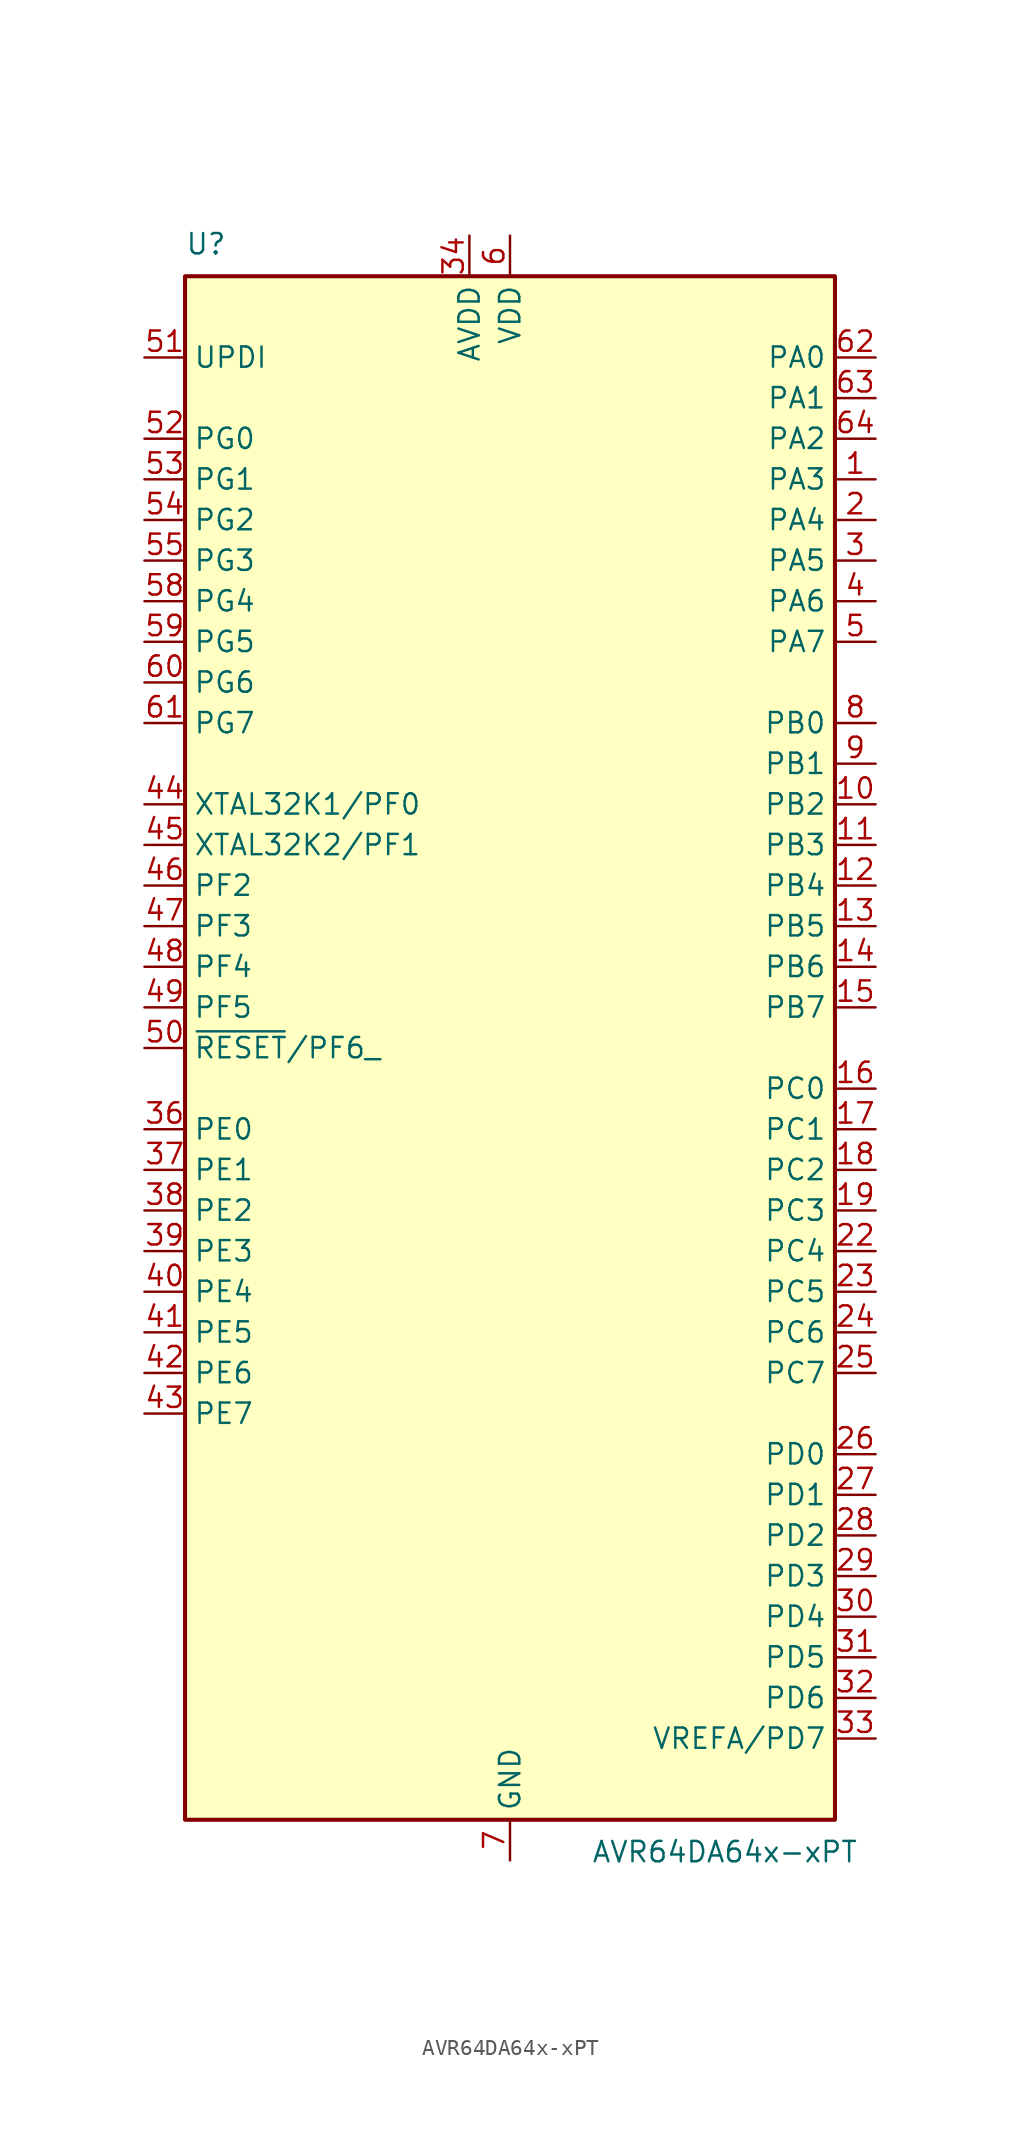
<source format=kicad_sym>
(kicad_symbol_lib
  (version 20241209)
  (generator "kicad_symbol_editor")
  (generator_version "9.0")
  (symbol "AVR64DA64x-xPT"
    (property "Reference" "U"
      (at -20.32 49.53 0)
      (effects (font (size 1.27 1.27)) (justify left bottom)))
    (property "Value" "AVR64DA64x-xPT"
      (at 5.08 -49.53 0)
      (effects (font (size 1.27 1.27)) (justify left top)))
    (symbol "AVR64DA64x-xPT_0_1"
      (rectangle (start -20.32 48.26) (end 20.32 -48.26) (stroke (width 0.254) (type default)) (fill (type background))))
    (symbol "AVR64DA64x-xPT_1_1"
      (pin input line (at -22.86 43.18 0) (length 2.54) (name "UPDI" (effects (font (size 1.27 1.27)))) (number "51" (effects (font (size 1.27 1.27)))))
      (pin bidirectional line (at -22.86 38.1 0) (length 2.54) (name "PG0" (effects (font (size 1.27 1.27)))) (number "52" (effects (font (size 1.27 1.27)))))
      (pin bidirectional line (at -22.86 35.56 0) (length 2.54) (name "PG1" (effects (font (size 1.27 1.27)))) (number "53" (effects (font (size 1.27 1.27)))))
      (pin bidirectional line (at -22.86 33.02 0) (length 2.54) (name "PG2" (effects (font (size 1.27 1.27)))) (number "54" (effects (font (size 1.27 1.27)))))
      (pin bidirectional line (at -22.86 30.48 0) (length 2.54) (name "PG3" (effects (font (size 1.27 1.27)))) (number "55" (effects (font (size 1.27 1.27)))))
      (pin bidirectional line (at -22.86 27.94 0) (length 2.54) (name "PG4" (effects (font (size 1.27 1.27)))) (number "58" (effects (font (size 1.27 1.27)))))
      (pin bidirectional line (at -22.86 25.4 0) (length 2.54) (name "PG5" (effects (font (size 1.27 1.27)))) (number "59" (effects (font (size 1.27 1.27)))))
      (pin bidirectional line (at -22.86 22.86 0) (length 2.54) (name "PG6" (effects (font (size 1.27 1.27)))) (number "60" (effects (font (size 1.27 1.27)))))
      (pin bidirectional line (at -22.86 20.32 0) (length 2.54) (name "PG7" (effects (font (size 1.27 1.27)))) (number "61" (effects (font (size 1.27 1.27)))))
      (pin bidirectional line (at -22.86 15.24 0) (length 2.54) (name "XTAL32K1/PF0" (effects (font (size 1.27 1.27)))) (number "44" (effects (font (size 1.27 1.27)))))
      (pin bidirectional line (at -22.86 12.7 0) (length 2.54) (name "XTAL32K2/PF1" (effects (font (size 1.27 1.27)))) (number "45" (effects (font (size 1.27 1.27)))))
      (pin bidirectional line (at -22.86 10.16 0) (length 2.54) (name "PF2" (effects (font (size 1.27 1.27)))) (number "46" (effects (font (size 1.27 1.27)))))
      (pin bidirectional line (at -22.86 7.62 0) (length 2.54) (name "PF3" (effects (font (size 1.27 1.27)))) (number "47" (effects (font (size 1.27 1.27)))))
      (pin bidirectional line (at -22.86 5.08 0) (length 2.54) (name "PF4" (effects (font (size 1.27 1.27)))) (number "48" (effects (font (size 1.27 1.27)))))
      (pin bidirectional line (at -22.86 2.54 0) (length 2.54) (name "PF5" (effects (font (size 1.27 1.27)))) (number "49" (effects (font (size 1.27 1.27)))))
      (pin bidirectional line (at -22.86 0 0) (length 2.54) (name "~{RESET}/PF6_" (effects (font (size 1.27 1.27)))) (number "50" (effects (font (size 1.27 1.27)))))
      (pin bidirectional line (at -22.86 -5.08 0) (length 2.54) (name "PE0" (effects (font (size 1.27 1.27)))) (number "36" (effects (font (size 1.27 1.27)))))
      (pin bidirectional line (at -22.86 -7.62 0) (length 2.54) (name "PE1" (effects (font (size 1.27 1.27)))) (number "37" (effects (font (size 1.27 1.27)))))
      (pin bidirectional line (at -22.86 -10.16 0) (length 2.54) (name "PE2" (effects (font (size 1.27 1.27)))) (number "38" (effects (font (size 1.27 1.27)))))
      (pin bidirectional line (at -22.86 -12.7 0) (length 2.54) (name "PE3" (effects (font (size 1.27 1.27)))) (number "39" (effects (font (size 1.27 1.27)))))
      (pin bidirectional line (at -22.86 -15.24 0) (length 2.54) (name "PE4" (effects (font (size 1.27 1.27)))) (number "40" (effects (font (size 1.27 1.27)))))
      (pin bidirectional line (at -22.86 -17.78 0) (length 2.54) (name "PE5" (effects (font (size 1.27 1.27)))) (number "41" (effects (font (size 1.27 1.27)))))
      (pin bidirectional line (at -22.86 -20.32 0) (length 2.54) (name "PE6" (effects (font (size 1.27 1.27)))) (number "42" (effects (font (size 1.27 1.27)))))
      (pin bidirectional line (at -22.86 -22.86 0) (length 2.54) (name "PE7" (effects (font (size 1.27 1.27)))) (number "43" (effects (font (size 1.27 1.27)))))
      (pin power_in line (at -2.54 50.8 270) (length 2.54) (name "AVDD" (effects (font (size 1.27 1.27)))) (number "34" (effects (font (size 1.27 1.27)))))
      (pin passive line (at 0 50.8 270) (length 2.54) (hide yes) (name "VDD" (effects (font (size 1.27 1.27)))) (number "20" (effects (font (size 1.27 1.27)))))
      (pin passive line (at 0 50.8 270) (length 2.54) (hide yes) (name "VDD" (effects (font (size 1.27 1.27)))) (number "56" (effects (font (size 1.27 1.27)))))
      (pin power_in line (at 0 50.8 270) (length 2.54) (name "VDD" (effects (font (size 1.27 1.27)))) (number "6" (effects (font (size 1.27 1.27)))))
      (pin passive line (at 0 -50.8 90) (length 2.54) (hide yes) (name "GND" (effects (font (size 1.27 1.27)))) (number "21" (effects (font (size 1.27 1.27)))))
      (pin passive line (at 0 -50.8 90) (length 2.54) (hide yes) (name "GND" (effects (font (size 1.27 1.27)))) (number "35" (effects (font (size 1.27 1.27)))))
      (pin passive line (at 0 -50.8 90) (length 2.54) (hide yes) (name "GND" (effects (font (size 1.27 1.27)))) (number "57" (effects (font (size 1.27 1.27)))))
      (pin power_in line (at 0 -50.8 90) (length 2.54) (name "GND" (effects (font (size 1.27 1.27)))) (number "7" (effects (font (size 1.27 1.27)))))
      (pin bidirectional line (at 22.86 43.18 180) (length 2.54) (name "PA0" (effects (font (size 1.27 1.27)))) (number "62" (effects (font (size 1.27 1.27)))))
      (pin bidirectional line (at 22.86 40.64 180) (length 2.54) (name "PA1" (effects (font (size 1.27 1.27)))) (number "63" (effects (font (size 1.27 1.27)))))
      (pin bidirectional line (at 22.86 38.1 180) (length 2.54) (name "PA2" (effects (font (size 1.27 1.27)))) (number "64" (effects (font (size 1.27 1.27)))))
      (pin bidirectional line (at 22.86 35.56 180) (length 2.54) (name "PA3" (effects (font (size 1.27 1.27)))) (number "1" (effects (font (size 1.27 1.27)))))
      (pin bidirectional line (at 22.86 33.02 180) (length 2.54) (name "PA4" (effects (font (size 1.27 1.27)))) (number "2" (effects (font (size 1.27 1.27)))))
      (pin bidirectional line (at 22.86 30.48 180) (length 2.54) (name "PA5" (effects (font (size 1.27 1.27)))) (number "3" (effects (font (size 1.27 1.27)))))
      (pin bidirectional line (at 22.86 27.94 180) (length 2.54) (name "PA6" (effects (font (size 1.27 1.27)))) (number "4" (effects (font (size 1.27 1.27)))))
      (pin bidirectional line (at 22.86 25.4 180) (length 2.54) (name "PA7" (effects (font (size 1.27 1.27)))) (number "5" (effects (font (size 1.27 1.27)))))
      (pin bidirectional line (at 22.86 20.32 180) (length 2.54) (name "PB0" (effects (font (size 1.27 1.27)))) (number "8" (effects (font (size 1.27 1.27)))))
      (pin bidirectional line (at 22.86 17.78 180) (length 2.54) (name "PB1" (effects (font (size 1.27 1.27)))) (number "9" (effects (font (size 1.27 1.27)))))
      (pin bidirectional line (at 22.86 15.24 180) (length 2.54) (name "PB2" (effects (font (size 1.27 1.27)))) (number "10" (effects (font (size 1.27 1.27)))))
      (pin bidirectional line (at 22.86 12.7 180) (length 2.54) (name "PB3" (effects (font (size 1.27 1.27)))) (number "11" (effects (font (size 1.27 1.27)))))
      (pin bidirectional line (at 22.86 10.16 180) (length 2.54) (name "PB4" (effects (font (size 1.27 1.27)))) (number "12" (effects (font (size 1.27 1.27)))))
      (pin bidirectional line (at 22.86 7.62 180) (length 2.54) (name "PB5" (effects (font (size 1.27 1.27)))) (number "13" (effects (font (size 1.27 1.27)))))
      (pin bidirectional line (at 22.86 5.08 180) (length 2.54) (name "PB6" (effects (font (size 1.27 1.27)))) (number "14" (effects (font (size 1.27 1.27)))))
      (pin bidirectional line (at 22.86 2.54 180) (length 2.54) (name "PB7" (effects (font (size 1.27 1.27)))) (number "15" (effects (font (size 1.27 1.27)))))
      (pin bidirectional line (at 22.86 -2.54 180) (length 2.54) (name "PC0" (effects (font (size 1.27 1.27)))) (number "16" (effects (font (size 1.27 1.27)))))
      (pin bidirectional line (at 22.86 -5.08 180) (length 2.54) (name "PC1" (effects (font (size 1.27 1.27)))) (number "17" (effects (font (size 1.27 1.27)))))
      (pin bidirectional line (at 22.86 -7.62 180) (length 2.54) (name "PC2" (effects (font (size 1.27 1.27)))) (number "18" (effects (font (size 1.27 1.27)))))
      (pin bidirectional line (at 22.86 -10.16 180) (length 2.54) (name "PC3" (effects (font (size 1.27 1.27)))) (number "19" (effects (font (size 1.27 1.27)))))
      (pin bidirectional line (at 22.86 -12.7 180) (length 2.54) (name "PC4" (effects (font (size 1.27 1.27)))) (number "22" (effects (font (size 1.27 1.27)))))
      (pin bidirectional line (at 22.86 -15.24 180) (length 2.54) (name "PC5" (effects (font (size 1.27 1.27)))) (number "23" (effects (font (size 1.27 1.27)))))
      (pin bidirectional line (at 22.86 -17.78 180) (length 2.54) (name "PC6" (effects (font (size 1.27 1.27)))) (number "24" (effects (font (size 1.27 1.27)))))
      (pin bidirectional line (at 22.86 -20.32 180) (length 2.54) (name "PC7" (effects (font (size 1.27 1.27)))) (number "25" (effects (font (size 1.27 1.27)))))
      (pin bidirectional line (at 22.86 -25.4 180) (length 2.54) (name "PD0" (effects (font (size 1.27 1.27)))) (number "26" (effects (font (size 1.27 1.27)))))
      (pin bidirectional line (at 22.86 -27.94 180) (length 2.54) (name "PD1" (effects (font (size 1.27 1.27)))) (number "27" (effects (font (size 1.27 1.27)))))
      (pin bidirectional line (at 22.86 -30.48 180) (length 2.54) (name "PD2" (effects (font (size 1.27 1.27)))) (number "28" (effects (font (size 1.27 1.27)))))
      (pin bidirectional line (at 22.86 -33.02 180) (length 2.54) (name "PD3" (effects (font (size 1.27 1.27)))) (number "29" (effects (font (size 1.27 1.27)))))
      (pin bidirectional line (at 22.86 -35.56 180) (length 2.54) (name "PD4" (effects (font (size 1.27 1.27)))) (number "30" (effects (font (size 1.27 1.27)))))
      (pin bidirectional line (at 22.86 -38.1 180) (length 2.54) (name "PD5" (effects (font (size 1.27 1.27)))) (number "31" (effects (font (size 1.27 1.27)))))
      (pin bidirectional line (at 22.86 -40.64 180) (length 2.54) (name "PD6" (effects (font (size 1.27 1.27)))) (number "32" (effects (font (size 1.27 1.27)))))
      (pin bidirectional line (at 22.86 -43.18 180) (length 2.54) (name "VREFA/PD7" (effects (font (size 1.27 1.27)))) (number "33" (effects (font (size 1.27 1.27))))))))
</source>
